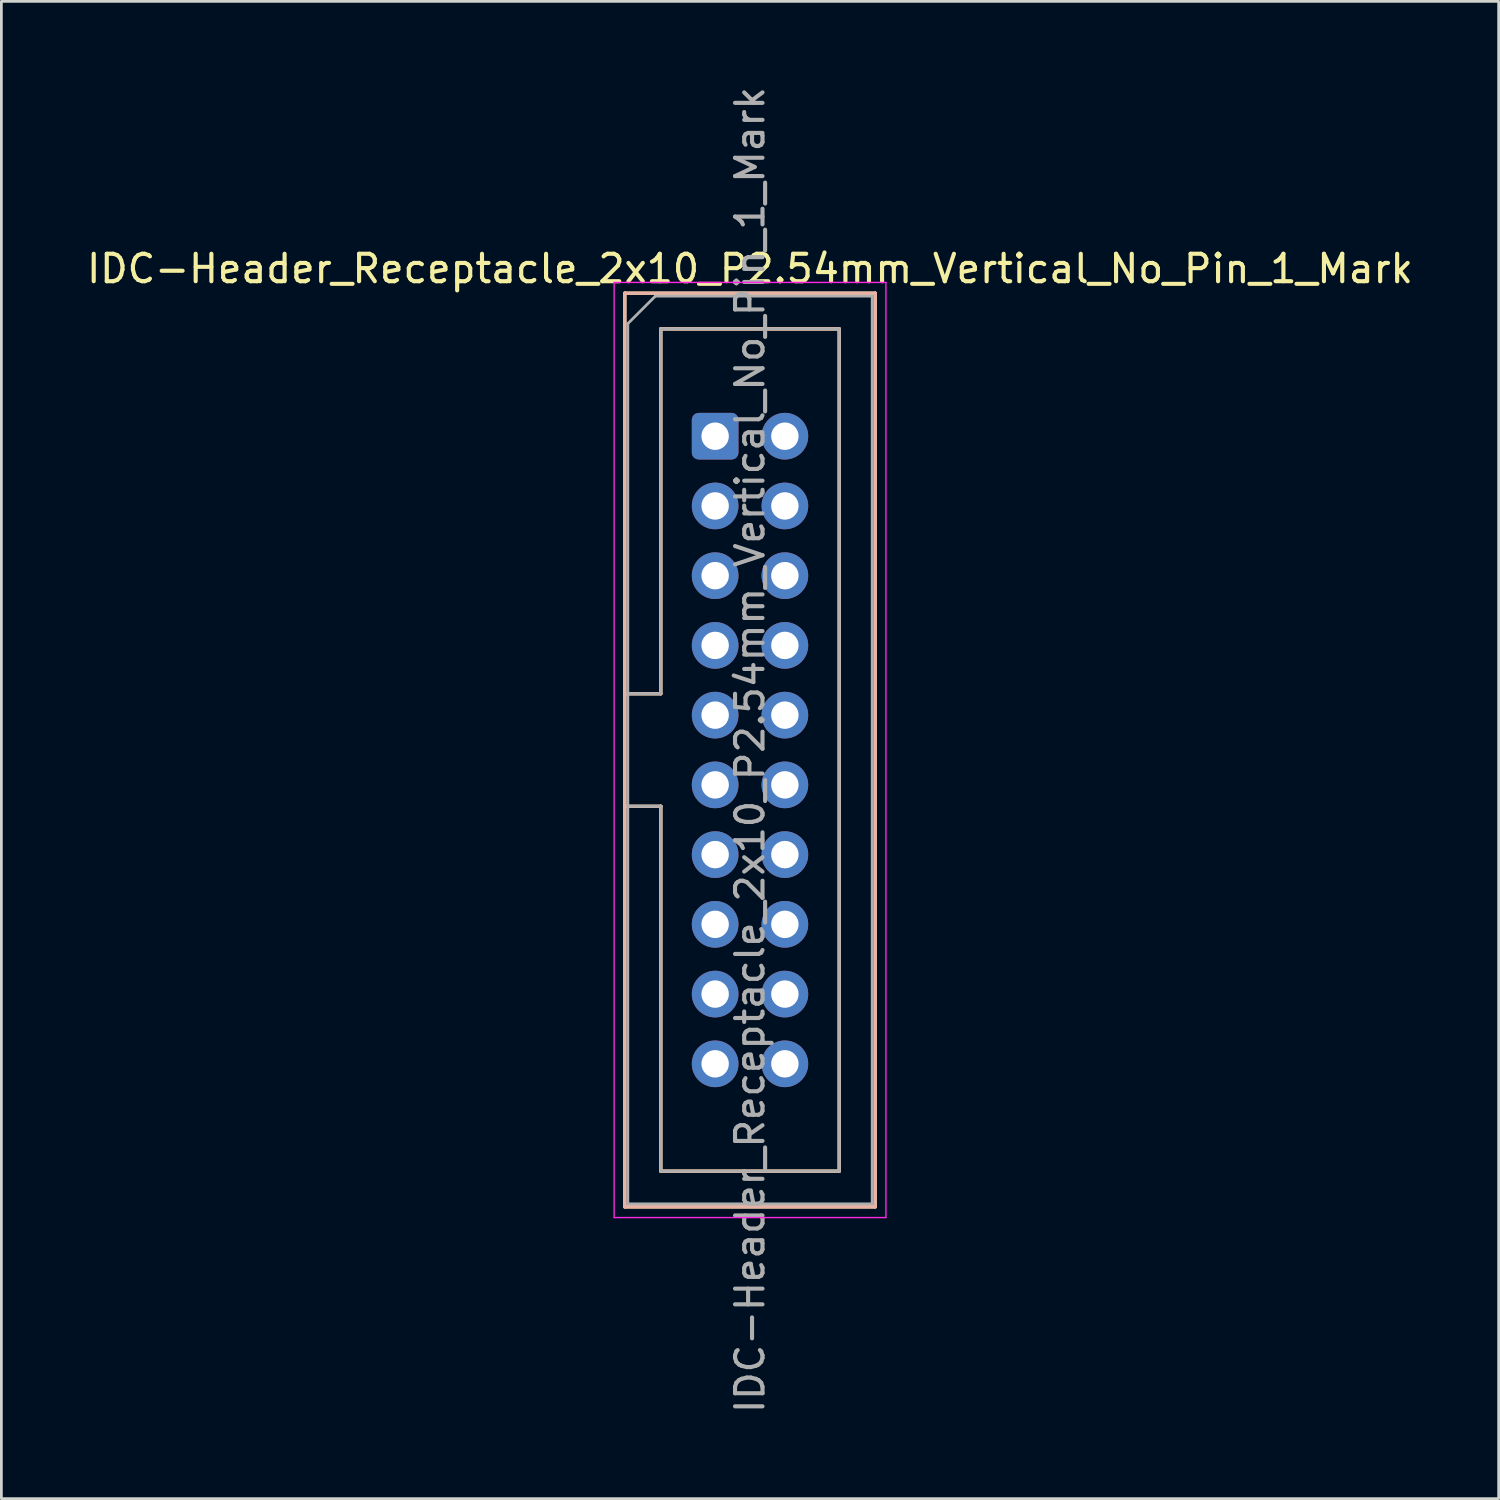
<source format=kicad_pcb>
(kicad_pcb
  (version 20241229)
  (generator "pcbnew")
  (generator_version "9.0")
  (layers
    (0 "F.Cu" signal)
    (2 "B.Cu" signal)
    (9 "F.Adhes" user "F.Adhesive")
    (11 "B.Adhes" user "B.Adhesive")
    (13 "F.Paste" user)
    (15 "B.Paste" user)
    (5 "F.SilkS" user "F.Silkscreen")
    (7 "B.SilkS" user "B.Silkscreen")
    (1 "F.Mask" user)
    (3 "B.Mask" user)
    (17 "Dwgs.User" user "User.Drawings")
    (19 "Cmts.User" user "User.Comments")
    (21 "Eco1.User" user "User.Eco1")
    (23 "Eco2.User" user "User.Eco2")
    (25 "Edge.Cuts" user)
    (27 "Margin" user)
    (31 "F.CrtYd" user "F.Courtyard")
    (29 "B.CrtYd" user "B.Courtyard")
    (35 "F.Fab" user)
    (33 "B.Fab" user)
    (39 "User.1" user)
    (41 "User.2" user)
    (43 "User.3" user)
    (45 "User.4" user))
  (footprint "IDC-Header_Receptacle_2x10_P2.54mm_Vertical_No_Pin_1_Mark"
    (layer "F.Cu")
    (at 22.998 12.838)
    (property "Reference" "IDC-Header_Receptacle_2x10_P2.54mm_Vertical_No_Pin_1_Mark" (at 1.27 -6.1 0) (layer "F.SilkS") (effects (font (size 1 1) (thickness 0.15))))
    (attr through_hole)
    (fp_line (start -3.29 -5.21) (end 5.83 -5.21) (stroke (width 0.12) (type solid)) (layer "F.SilkS"))
    (fp_line (start -3.29 9.38) (end -1.98 9.38) (stroke (width 0.12) (type solid)) (layer "F.SilkS"))
    (fp_line (start -3.29 28.07) (end -3.29 -5.21) (stroke (width 0.12) (type solid)) (layer "F.SilkS"))
    (fp_line (start -1.98 -3.91) (end 4.52 -3.91) (stroke (width 0.12) (type solid)) (layer "F.SilkS"))
    (fp_line (start -1.98 9.38) (end -1.98 -3.91) (stroke (width 0.12) (type solid)) (layer "F.SilkS"))
    (fp_line (start -1.98 13.48) (end -3.29 13.48) (stroke (width 0.12) (type solid)) (layer "F.SilkS"))
    (fp_line (start -1.98 13.48) (end -1.98 13.48) (stroke (width 0.12) (type solid)) (layer "F.SilkS"))
    (fp_line (start -1.98 26.77) (end -1.98 13.48) (stroke (width 0.12) (type solid)) (layer "F.SilkS"))
    (fp_line (start 4.52 -3.91) (end 4.52 26.77) (stroke (width 0.12) (type solid)) (layer "F.SilkS"))
    (fp_line (start 4.52 26.77) (end -1.98 26.77) (stroke (width 0.12) (type solid)) (layer "F.SilkS"))
    (fp_line (start 5.83 -5.21) (end 5.83 28.07) (stroke (width 0.12) (type solid)) (layer "F.SilkS"))
    (fp_line (start 5.83 28.07) (end -3.29 28.07) (stroke (width 0.12) (type solid)) (layer "F.SilkS"))
    (fp_line (start -3.29 -5.21) (end 5.83 -5.21) (stroke (width 0.12) (type solid)) (layer "B.SilkS"))
    (fp_line (start -3.29 9.38) (end -1.98 9.38) (stroke (width 0.12) (type solid)) (layer "B.SilkS"))
    (fp_line (start -3.29 28.07) (end -3.29 -5.21) (stroke (width 0.12) (type solid)) (layer "B.SilkS"))
    (fp_line (start -1.98 -3.91) (end 4.52 -3.91) (stroke (width 0.12) (type solid)) (layer "B.SilkS"))
    (fp_line (start -1.98 9.38) (end -1.98 -3.91) (stroke (width 0.12) (type solid)) (layer "B.SilkS"))
    (fp_line (start -1.98 13.48) (end -3.29 13.48) (stroke (width 0.12) (type solid)) (layer "B.SilkS"))
    (fp_line (start -1.98 26.77) (end -1.98 13.48) (stroke (width 0.12) (type solid)) (layer "B.SilkS"))
    (fp_line (start 4.52 -3.91) (end 4.52 26.77) (stroke (width 0.12) (type solid)) (layer "B.SilkS"))
    (fp_line (start 4.52 26.77) (end -1.98 26.77) (stroke (width 0.12) (type solid)) (layer "B.SilkS"))
    (fp_line (start 5.83 -5.21) (end 5.83 28.07) (stroke (width 0.12) (type solid)) (layer "B.SilkS"))
    (fp_line (start 5.83 28.07) (end -3.29 28.07) (stroke (width 0.12) (type solid)) (layer "B.SilkS"))
    (fp_line (start -3.68 -5.6) (end -3.68 28.46) (stroke (width 0.05) (type solid)) (layer "F.CrtYd"))
    (fp_line (start -3.68 28.46) (end 6.22 28.46) (stroke (width 0.05) (type solid)) (layer "F.CrtYd"))
    (fp_line (start 6.22 -5.6) (end -3.68 -5.6) (stroke (width 0.05) (type solid)) (layer "F.CrtYd"))
    (fp_line (start 6.22 28.46) (end 6.22 -5.6) (stroke (width 0.05) (type solid)) (layer "F.CrtYd"))
    (fp_line (start -3.18 -4.1) (end -2.18 -5.1) (stroke (width 0.1) (type solid)) (layer "F.Fab"))
    (fp_line (start -3.18 9.38) (end -1.98 9.38) (stroke (width 0.1) (type solid)) (layer "F.Fab"))
    (fp_line (start -3.18 27.96) (end -3.18 -4.1) (stroke (width 0.1) (type solid)) (layer "F.Fab"))
    (fp_line (start -2.18 -5.1) (end 5.72 -5.1) (stroke (width 0.1) (type solid)) (layer "F.Fab"))
    (fp_line (start -1.98 -3.91) (end 4.52 -3.91) (stroke (width 0.1) (type solid)) (layer "F.Fab"))
    (fp_line (start -1.98 9.38) (end -1.98 -3.91) (stroke (width 0.1) (type solid)) (layer "F.Fab"))
    (fp_line (start -1.98 13.48) (end -3.18 13.48) (stroke (width 0.1) (type solid)) (layer "F.Fab"))
    (fp_line (start -1.98 13.48) (end -1.98 13.48) (stroke (width 0.1) (type solid)) (layer "F.Fab"))
    (fp_line (start -1.98 26.77) (end -1.98 13.48) (stroke (width 0.1) (type solid)) (layer "F.Fab"))
    (fp_line (start 4.52 -3.91) (end 4.52 26.77) (stroke (width 0.1) (type solid)) (layer "F.Fab"))
    (fp_line (start 4.52 26.77) (end -1.98 26.77) (stroke (width 0.1) (type solid)) (layer "F.Fab"))
    (fp_line (start 5.72 -5.1) (end 5.72 27.96) (stroke (width 0.1) (type solid)) (layer "F.Fab"))
    (fp_line (start 5.72 27.96) (end -3.18 27.96) (stroke (width 0.1) (type solid)) (layer "F.Fab"))
    (fp_text user "${REFERENCE}" (at 1.27 11.43 90) (layer "F.Fab") (effects (font (size 1 1) (thickness 0.15))))
    (pad "1" thru_hole roundrect (at 0 0) (size 1.7 1.7) (drill 1) (layers "*.Cu" "*.Mask") (roundrect_rratio 0.147))
    (pad "2" thru_hole circle (at 2.54 0) (size 1.7 1.7) (drill 1) (layers "*.Cu" "*.Mask"))
    (pad "3" thru_hole circle (at 0 2.54) (size 1.7 1.7) (drill 1) (layers "*.Cu" "*.Mask"))
    (pad "4" thru_hole circle (at 2.54 2.54) (size 1.7 1.7) (drill 1) (layers "*.Cu" "*.Mask"))
    (pad "5" thru_hole circle (at 0 5.08) (size 1.7 1.7) (drill 1) (layers "*.Cu" "*.Mask"))
    (pad "6" thru_hole circle (at 2.54 5.08) (size 1.7 1.7) (drill 1) (layers "*.Cu" "*.Mask"))
    (pad "7" thru_hole circle (at 0 7.62) (size 1.7 1.7) (drill 1) (layers "*.Cu" "*.Mask"))
    (pad "8" thru_hole circle (at 2.54 7.62) (size 1.7 1.7) (drill 1) (layers "*.Cu" "*.Mask"))
    (pad "9" thru_hole circle (at 0 10.16) (size 1.7 1.7) (drill 1) (layers "*.Cu" "*.Mask"))
    (pad "10" thru_hole circle (at 2.54 10.16) (size 1.7 1.7) (drill 1) (layers "*.Cu" "*.Mask"))
    (pad "11" thru_hole circle (at 0 12.7) (size 1.7 1.7) (drill 1) (layers "*.Cu" "*.Mask"))
    (pad "12" thru_hole circle (at 2.54 12.7) (size 1.7 1.7) (drill 1) (layers "*.Cu" "*.Mask"))
    (pad "13" thru_hole circle (at 0 15.24) (size 1.7 1.7) (drill 1) (layers "*.Cu" "*.Mask"))
    (pad "14" thru_hole circle (at 2.54 15.24) (size 1.7 1.7) (drill 1) (layers "*.Cu" "*.Mask"))
    (pad "15" thru_hole circle (at 0 17.78) (size 1.7 1.7) (drill 1) (layers "*.Cu" "*.Mask"))
    (pad "16" thru_hole circle (at 2.54 17.78) (size 1.7 1.7) (drill 1) (layers "*.Cu" "*.Mask"))
    (pad "17" thru_hole circle (at 0 20.32) (size 1.7 1.7) (drill 1) (layers "*.Cu" "*.Mask"))
    (pad "18" thru_hole circle (at 2.54 20.32) (size 1.7 1.7) (drill 1) (layers "*.Cu" "*.Mask"))
    (pad "19" thru_hole circle (at 0 22.86) (size 1.7 1.7) (drill 1) (layers "*.Cu" "*.Mask"))
    (pad "20" thru_hole circle (at 2.54 22.86) (size 1.7 1.7) (drill 1) (layers "*.Cu" "*.Mask")))
  (gr_rect
    (start -3 -3)
    (end 51.536 51.536)
    (stroke (width 0.1) (type default))
    (fill no)
    (layer "Edge.Cuts")))
</source>
